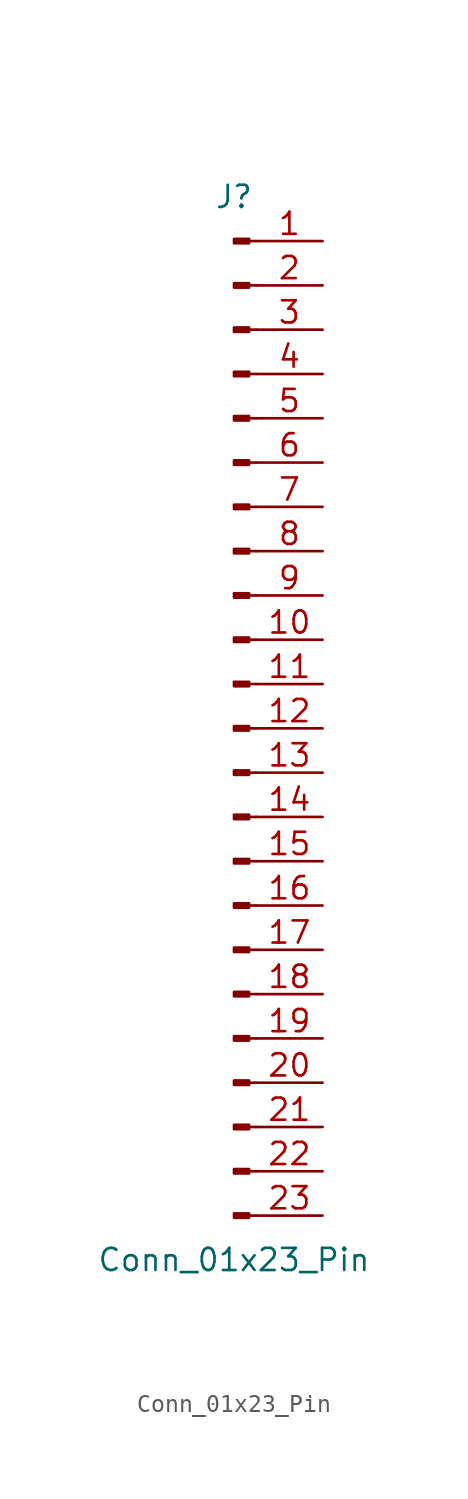
<source format=kicad_sym>
(kicad_symbol_lib
  (version 20220914)
  (generator kicad_symbol_editor)
  (symbol "Conn_01x23_Pin"
    (pin_names
      (offset 1.016) hide)
    (property "Reference" "J"
      (at 0 30.48 0)
      (effects (font (size 1.27 1.27))))
    (property "Value" "Conn_01x23_Pin"
      (at 0 -30.48 0)
      (effects (font (size 1.27 1.27))))
    (property "ki_locked" ""
      (at 0 0 0)
      (effects (font (size 1.27 1.27))))
    (symbol "Conn_01x23_Pin_1_1"
      (polyline (pts (xy 1.27 -27.94) (xy 0.864 -27.94)) (stroke (width 0.152) (type default)) (fill (type none)))
      (polyline (pts (xy 1.27 -25.4) (xy 0.864 -25.4)) (stroke (width 0.152) (type default)) (fill (type none)))
      (polyline (pts (xy 1.27 -22.86) (xy 0.864 -22.86)) (stroke (width 0.152) (type default)) (fill (type none)))
      (polyline (pts (xy 1.27 -20.32) (xy 0.864 -20.32)) (stroke (width 0.152) (type default)) (fill (type none)))
      (polyline (pts (xy 1.27 -17.78) (xy 0.864 -17.78)) (stroke (width 0.152) (type default)) (fill (type none)))
      (polyline (pts (xy 1.27 -15.24) (xy 0.864 -15.24)) (stroke (width 0.152) (type default)) (fill (type none)))
      (polyline (pts (xy 1.27 -12.7) (xy 0.864 -12.7)) (stroke (width 0.152) (type default)) (fill (type none)))
      (polyline (pts (xy 1.27 -10.16) (xy 0.864 -10.16)) (stroke (width 0.152) (type default)) (fill (type none)))
      (polyline (pts (xy 1.27 -7.62) (xy 0.864 -7.62)) (stroke (width 0.152) (type default)) (fill (type none)))
      (polyline (pts (xy 1.27 -5.08) (xy 0.864 -5.08)) (stroke (width 0.152) (type default)) (fill (type none)))
      (polyline (pts (xy 1.27 -2.54) (xy 0.864 -2.54)) (stroke (width 0.152) (type default)) (fill (type none)))
      (polyline (pts (xy 1.27 0) (xy 0.864 0)) (stroke (width 0.152) (type default)) (fill (type none)))
      (polyline (pts (xy 1.27 2.54) (xy 0.864 2.54)) (stroke (width 0.152) (type default)) (fill (type none)))
      (polyline (pts (xy 1.27 5.08) (xy 0.864 5.08)) (stroke (width 0.152) (type default)) (fill (type none)))
      (polyline (pts (xy 1.27 7.62) (xy 0.864 7.62)) (stroke (width 0.152) (type default)) (fill (type none)))
      (polyline (pts (xy 1.27 10.16) (xy 0.864 10.16)) (stroke (width 0.152) (type default)) (fill (type none)))
      (polyline (pts (xy 1.27 12.7) (xy 0.864 12.7)) (stroke (width 0.152) (type default)) (fill (type none)))
      (polyline (pts (xy 1.27 15.24) (xy 0.864 15.24)) (stroke (width 0.152) (type default)) (fill (type none)))
      (polyline (pts (xy 1.27 17.78) (xy 0.864 17.78)) (stroke (width 0.152) (type default)) (fill (type none)))
      (polyline (pts (xy 1.27 20.32) (xy 0.864 20.32)) (stroke (width 0.152) (type default)) (fill (type none)))
      (polyline (pts (xy 1.27 22.86) (xy 0.864 22.86)) (stroke (width 0.152) (type default)) (fill (type none)))
      (polyline (pts (xy 1.27 25.4) (xy 0.864 25.4)) (stroke (width 0.152) (type default)) (fill (type none)))
      (polyline (pts (xy 1.27 27.94) (xy 0.864 27.94)) (stroke (width 0.152) (type default)) (fill (type none)))
      (rectangle (start 0.864 -27.813) (end 0 -28.067) (stroke (width 0.152) (type default)) (fill (type outline)))
      (rectangle (start 0.864 -25.273) (end 0 -25.527) (stroke (width 0.152) (type default)) (fill (type outline)))
      (rectangle (start 0.864 -22.733) (end 0 -22.987) (stroke (width 0.152) (type default)) (fill (type outline)))
      (rectangle (start 0.864 -20.193) (end 0 -20.447) (stroke (width 0.152) (type default)) (fill (type outline)))
      (rectangle (start 0.864 -17.653) (end 0 -17.907) (stroke (width 0.152) (type default)) (fill (type outline)))
      (rectangle (start 0.864 -15.113) (end 0 -15.367) (stroke (width 0.152) (type default)) (fill (type outline)))
      (rectangle (start 0.864 -12.573) (end 0 -12.827) (stroke (width 0.152) (type default)) (fill (type outline)))
      (rectangle (start 0.864 -10.033) (end 0 -10.287) (stroke (width 0.152) (type default)) (fill (type outline)))
      (rectangle (start 0.864 -7.493) (end 0 -7.747) (stroke (width 0.152) (type default)) (fill (type outline)))
      (rectangle (start 0.864 -4.953) (end 0 -5.207) (stroke (width 0.152) (type default)) (fill (type outline)))
      (rectangle (start 0.864 -2.413) (end 0 -2.667) (stroke (width 0.152) (type default)) (fill (type outline)))
      (rectangle (start 0.864 0.127) (end 0 -0.127) (stroke (width 0.152) (type default)) (fill (type outline)))
      (rectangle (start 0.864 2.667) (end 0 2.413) (stroke (width 0.152) (type default)) (fill (type outline)))
      (rectangle (start 0.864 5.207) (end 0 4.953) (stroke (width 0.152) (type default)) (fill (type outline)))
      (rectangle (start 0.864 7.747) (end 0 7.493) (stroke (width 0.152) (type default)) (fill (type outline)))
      (rectangle (start 0.864 10.287) (end 0 10.033) (stroke (width 0.152) (type default)) (fill (type outline)))
      (rectangle (start 0.864 12.827) (end 0 12.573) (stroke (width 0.152) (type default)) (fill (type outline)))
      (rectangle (start 0.864 15.367) (end 0 15.113) (stroke (width 0.152) (type default)) (fill (type outline)))
      (rectangle (start 0.864 17.907) (end 0 17.653) (stroke (width 0.152) (type default)) (fill (type outline)))
      (rectangle (start 0.864 20.447) (end 0 20.193) (stroke (width 0.152) (type default)) (fill (type outline)))
      (rectangle (start 0.864 22.987) (end 0 22.733) (stroke (width 0.152) (type default)) (fill (type outline)))
      (rectangle (start 0.864 25.527) (end 0 25.273) (stroke (width 0.152) (type default)) (fill (type outline)))
      (rectangle (start 0.864 28.067) (end 0 27.813) (stroke (width 0.152) (type default)) (fill (type outline)))
      (pin passive line (at 5.08 27.94 180) (length 3.81) (name "Pin_1" (effects (font (size 1.27 1.27)))) (number "1" (effects (font (size 1.27 1.27)))))
      (pin passive line (at 5.08 5.08 180) (length 3.81) (name "Pin_10" (effects (font (size 1.27 1.27)))) (number "10" (effects (font (size 1.27 1.27)))))
      (pin passive line (at 5.08 2.54 180) (length 3.81) (name "Pin_11" (effects (font (size 1.27 1.27)))) (number "11" (effects (font (size 1.27 1.27)))))
      (pin passive line (at 5.08 0 180) (length 3.81) (name "Pin_12" (effects (font (size 1.27 1.27)))) (number "12" (effects (font (size 1.27 1.27)))))
      (pin passive line (at 5.08 -2.54 180) (length 3.81) (name "Pin_13" (effects (font (size 1.27 1.27)))) (number "13" (effects (font (size 1.27 1.27)))))
      (pin passive line (at 5.08 -5.08 180) (length 3.81) (name "Pin_14" (effects (font (size 1.27 1.27)))) (number "14" (effects (font (size 1.27 1.27)))))
      (pin passive line (at 5.08 -7.62 180) (length 3.81) (name "Pin_15" (effects (font (size 1.27 1.27)))) (number "15" (effects (font (size 1.27 1.27)))))
      (pin passive line (at 5.08 -10.16 180) (length 3.81) (name "Pin_16" (effects (font (size 1.27 1.27)))) (number "16" (effects (font (size 1.27 1.27)))))
      (pin passive line (at 5.08 -12.7 180) (length 3.81) (name "Pin_17" (effects (font (size 1.27 1.27)))) (number "17" (effects (font (size 1.27 1.27)))))
      (pin passive line (at 5.08 -15.24 180) (length 3.81) (name "Pin_18" (effects (font (size 1.27 1.27)))) (number "18" (effects (font (size 1.27 1.27)))))
      (pin passive line (at 5.08 -17.78 180) (length 3.81) (name "Pin_19" (effects (font (size 1.27 1.27)))) (number "19" (effects (font (size 1.27 1.27)))))
      (pin passive line (at 5.08 25.4 180) (length 3.81) (name "Pin_2" (effects (font (size 1.27 1.27)))) (number "2" (effects (font (size 1.27 1.27)))))
      (pin passive line (at 5.08 -20.32 180) (length 3.81) (name "Pin_20" (effects (font (size 1.27 1.27)))) (number "20" (effects (font (size 1.27 1.27)))))
      (pin passive line (at 5.08 -22.86 180) (length 3.81) (name "Pin_21" (effects (font (size 1.27 1.27)))) (number "21" (effects (font (size 1.27 1.27)))))
      (pin passive line (at 5.08 -25.4 180) (length 3.81) (name "Pin_22" (effects (font (size 1.27 1.27)))) (number "22" (effects (font (size 1.27 1.27)))))
      (pin passive line (at 5.08 -27.94 180) (length 3.81) (name "Pin_23" (effects (font (size 1.27 1.27)))) (number "23" (effects (font (size 1.27 1.27)))))
      (pin passive line (at 5.08 22.86 180) (length 3.81) (name "Pin_3" (effects (font (size 1.27 1.27)))) (number "3" (effects (font (size 1.27 1.27)))))
      (pin passive line (at 5.08 20.32 180) (length 3.81) (name "Pin_4" (effects (font (size 1.27 1.27)))) (number "4" (effects (font (size 1.27 1.27)))))
      (pin passive line (at 5.08 17.78 180) (length 3.81) (name "Pin_5" (effects (font (size 1.27 1.27)))) (number "5" (effects (font (size 1.27 1.27)))))
      (pin passive line (at 5.08 15.24 180) (length 3.81) (name "Pin_6" (effects (font (size 1.27 1.27)))) (number "6" (effects (font (size 1.27 1.27)))))
      (pin passive line (at 5.08 12.7 180) (length 3.81) (name "Pin_7" (effects (font (size 1.27 1.27)))) (number "7" (effects (font (size 1.27 1.27)))))
      (pin passive line (at 5.08 10.16 180) (length 3.81) (name "Pin_8" (effects (font (size 1.27 1.27)))) (number "8" (effects (font (size 1.27 1.27)))))
      (pin passive line (at 5.08 7.62 180) (length 3.81) (name "Pin_9" (effects (font (size 1.27 1.27)))) (number "9" (effects (font (size 1.27 1.27))))))))
</source>
